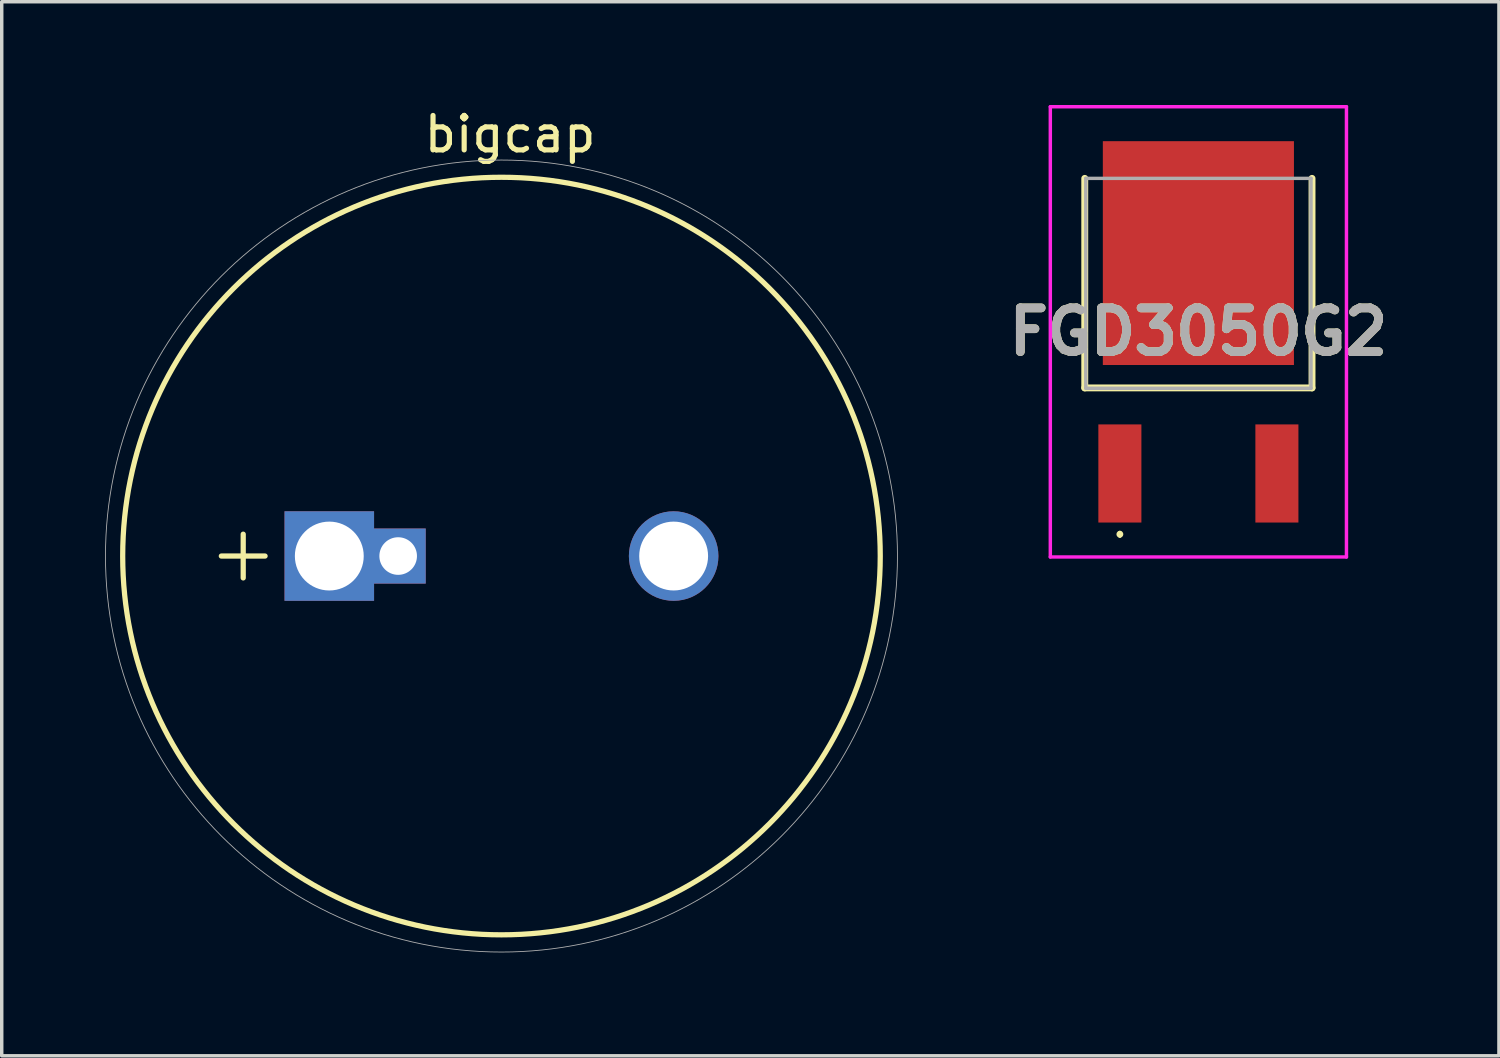
<source format=kicad_pcb>
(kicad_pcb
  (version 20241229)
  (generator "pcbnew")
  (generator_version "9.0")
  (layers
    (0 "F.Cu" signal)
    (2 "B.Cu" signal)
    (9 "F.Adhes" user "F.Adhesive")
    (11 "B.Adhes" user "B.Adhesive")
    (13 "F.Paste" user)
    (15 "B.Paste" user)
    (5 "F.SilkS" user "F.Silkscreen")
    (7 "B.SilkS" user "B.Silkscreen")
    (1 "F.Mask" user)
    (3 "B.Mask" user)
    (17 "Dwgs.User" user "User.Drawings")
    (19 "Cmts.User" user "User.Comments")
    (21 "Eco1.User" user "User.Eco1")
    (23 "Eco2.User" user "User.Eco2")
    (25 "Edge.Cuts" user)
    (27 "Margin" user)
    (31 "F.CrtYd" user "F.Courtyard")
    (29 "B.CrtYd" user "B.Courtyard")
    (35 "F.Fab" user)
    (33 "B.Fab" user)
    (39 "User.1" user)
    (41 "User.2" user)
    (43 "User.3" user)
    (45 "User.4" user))
  (footprint "bigcap"
    (layer "F.Cu")
    (at 11.463 13.098)
    (property "Reference" "bigcap" (at 0.3 -12.25 0) (layer "F.SilkS") (effects (font (size 1 1) (thickness 0.15))))
    (attr through_hole)
    (fp_line (start -8.085 0) (end -6.815 0) (stroke (width 0.152) (type solid)) (layer "F.SilkS"))
    (fp_line (start -7.45 -0.635) (end -7.45 0.635) (stroke (width 0.152) (type solid)) (layer "F.SilkS"))
    (fp_circle (center 0.05 0) (end 11.05 0) (stroke (width 0.152) (type solid)) (fill no) (layer "F.SilkS"))
    (fp_circle (center 0.05 0) (end 11.55 0) (stroke (width 0.025) (type solid)) (fill no) (layer "F.Fab"))
    (pad "1" thru_hole rect (at -4.95 0) (size 2.6 2.6) (drill 2) (layers "*.Cu" "*.Mask"))
    (pad "1" thru_hole rect (at -2.95 0) (size 1.6 1.6) (drill 1.092) (layers "*.Cu" "*.Mask"))
    (pad "2" thru_hole circle (at 5.05 0) (size 2.6 2.6) (drill 2) (layers "*.Cu" "*.Mask")))
  (footprint "FGD3050G2"
    (layer "F.Cu")
    (at 31.752 6.415)
    (property "Reference" "FGD3050G2" (at 0 0.172 0) (layer "F.SilkS") (effects (font (size 1.27 1.27) (thickness 0.254))))
    (attr smd)
    (fp_line (start -3.3 -4.285) (end -3.3 1.8) (stroke (width 0.2) (type solid)) (layer "F.SilkS"))
    (fp_line (start -3.3 1.8) (end 3.3 1.8) (stroke (width 0.2) (type solid)) (layer "F.SilkS"))
    (fp_line (start -2.28 6) (end -2.28 6) (stroke (width 0.1) (type solid)) (layer "F.SilkS"))
    (fp_line (start -2.28 6.1) (end -2.28 6.1) (stroke (width 0.1) (type solid)) (layer "F.SilkS"))
    (fp_line (start 3.3 1.8) (end 3.3 -4.285) (stroke (width 0.2) (type solid)) (layer "F.SilkS"))
    (fp_arc (start -2.28 6) (mid -2.23 6.05) (end -2.28 6.1) (stroke (width 0.1) (type solid)) (layer "F.SilkS"))
    (fp_arc (start -2.28 6.1) (mid -2.33 6.05) (end -2.28 6) (stroke (width 0.1) (type solid)) (layer "F.SilkS"))
    (fp_line (start -4.3 -6.365) (end 4.3 -6.365) (stroke (width 0.1) (type solid)) (layer "F.CrtYd"))
    (fp_line (start -4.3 6.71) (end -4.3 -6.365) (stroke (width 0.1) (type solid)) (layer "F.CrtYd"))
    (fp_line (start 4.3 -6.365) (end 4.3 6.71) (stroke (width 0.1) (type solid)) (layer "F.CrtYd"))
    (fp_line (start 4.3 6.71) (end -4.3 6.71) (stroke (width 0.1) (type solid)) (layer "F.CrtYd"))
    (fp_line (start -3.27 -4.285) (end 3.27 -4.285) (stroke (width 0.1) (type solid)) (layer "F.Fab"))
    (fp_line (start -3.27 1.81) (end -3.27 -4.285) (stroke (width 0.1) (type solid)) (layer "F.Fab"))
    (fp_line (start 3.27 -4.285) (end 3.27 1.81) (stroke (width 0.1) (type solid)) (layer "F.Fab"))
    (fp_line (start 3.27 1.81) (end -3.27 1.81) (stroke (width 0.1) (type solid)) (layer "F.Fab"))
    (fp_text user "${REFERENCE}" (at 0 0.172 0) (layer "F.Fab") (effects (font (size 1.27 1.27) (thickness 0.254))))
    (pad "1" smd rect (at -2.28 4.285) (size 1.25 2.85) (layers "F.Cu" "F.Mask" "F.Paste"))
    (pad "2" smd rect (at 0 -2.115) (size 5.55 6.5) (layers "F.Cu" "F.Mask" "F.Paste"))
    (pad "3" smd rect (at 2.28 4.285) (size 1.25 2.85) (layers "F.Cu" "F.Mask" "F.Paste")))
  (gr_rect
    (start -3 -3)
    (end 40.48 27.611)
    (stroke (width 0.1) (type default))
    (fill no)
    (layer "Edge.Cuts")))
</source>
